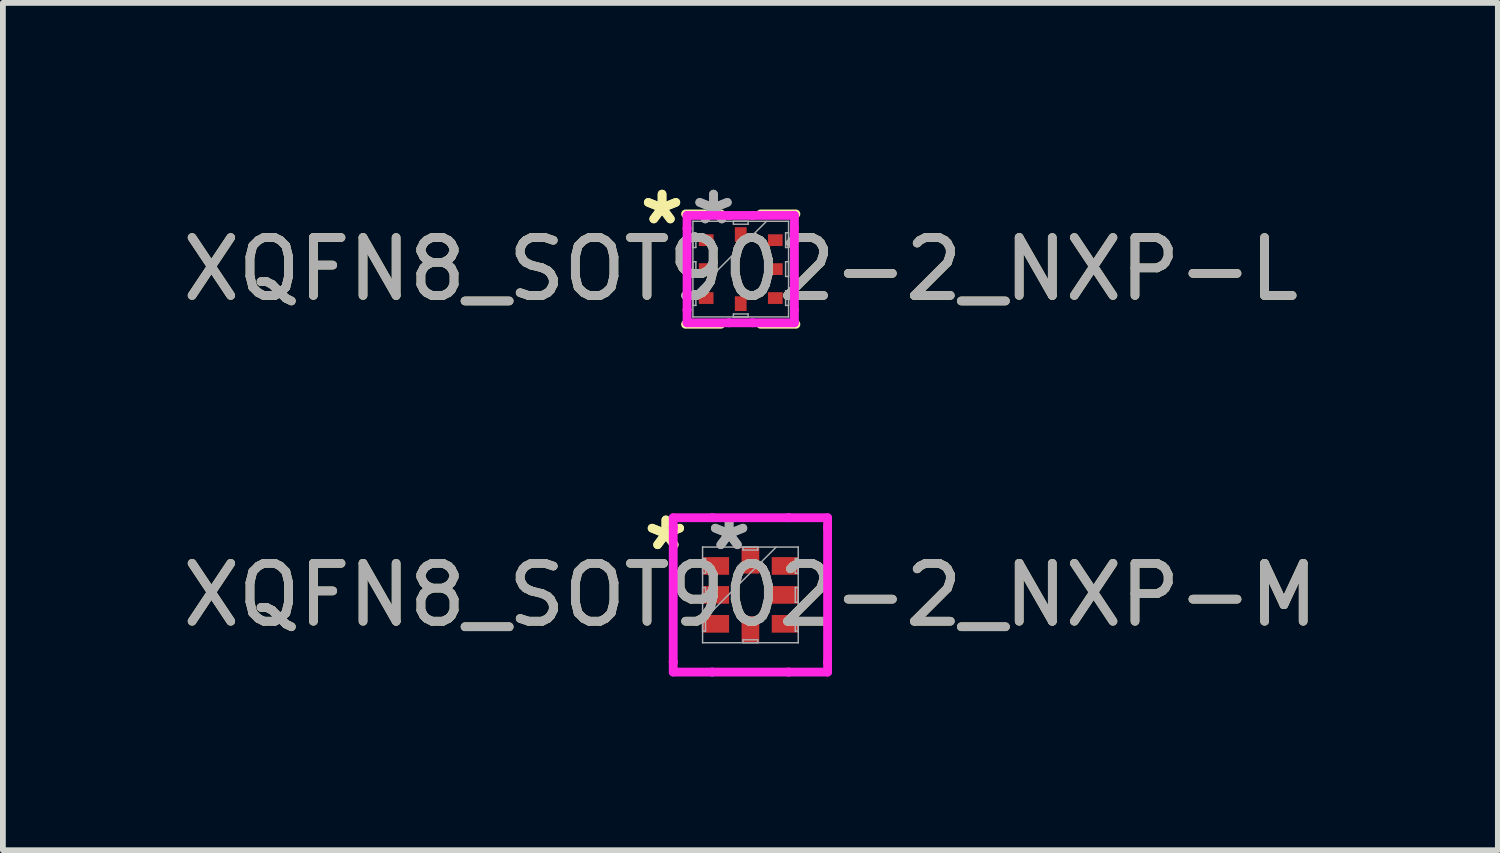
<source format=kicad_pcb>
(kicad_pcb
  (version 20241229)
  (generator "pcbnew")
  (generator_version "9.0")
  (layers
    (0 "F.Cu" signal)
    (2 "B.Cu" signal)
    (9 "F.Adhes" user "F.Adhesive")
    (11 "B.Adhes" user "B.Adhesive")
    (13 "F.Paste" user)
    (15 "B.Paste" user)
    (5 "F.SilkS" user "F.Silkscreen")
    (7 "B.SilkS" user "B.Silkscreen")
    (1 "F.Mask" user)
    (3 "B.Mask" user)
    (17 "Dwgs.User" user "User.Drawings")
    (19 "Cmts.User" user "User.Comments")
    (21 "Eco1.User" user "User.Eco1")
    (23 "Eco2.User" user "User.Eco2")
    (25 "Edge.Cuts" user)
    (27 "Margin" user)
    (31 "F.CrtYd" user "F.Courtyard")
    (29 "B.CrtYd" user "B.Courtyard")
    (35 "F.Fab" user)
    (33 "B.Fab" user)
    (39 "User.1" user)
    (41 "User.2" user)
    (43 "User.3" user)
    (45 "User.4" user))
  (footprint "XQFN8_SOT902-2_NXP-L"
    (layer "F.Cu")
    (at 9.744 1.598)
    (property "Reference" "XQFN8_SOT902-2_NXP-L" (at 0 0 0) (unlocked yes) (layer "F.SilkS") (effects (font (size 1 1) (thickness 0.15))))
    (attr smd)
    (fp_line (start -0.953 0.953) (end -0.343 0.953) (stroke (width 0.152) (type solid)) (layer "F.SilkS"))
    (fp_line (start -0.343 -0.953) (end -0.953 -0.953) (stroke (width 0.152) (type solid)) (layer "F.SilkS"))
    (fp_line (start 0.343 0.953) (end 0.953 0.953) (stroke (width 0.152) (type solid)) (layer "F.SilkS"))
    (fp_line (start 0.953 -0.953) (end 0.343 -0.953) (stroke (width 0.152) (type solid)) (layer "F.SilkS"))
    (fp_line (start -0.927 -0.927) (end -0.203 -0.927) (stroke (width 0.152) (type solid)) (layer "F.CrtYd"))
    (fp_line (start -0.927 -0.703) (end -0.927 -0.927) (stroke (width 0.152) (type solid)) (layer "F.CrtYd"))
    (fp_line (start -0.927 -0.703) (end -0.927 -0.703) (stroke (width 0.152) (type solid)) (layer "F.CrtYd"))
    (fp_line (start -0.927 0.703) (end -0.927 -0.703) (stroke (width 0.152) (type solid)) (layer "F.CrtYd"))
    (fp_line (start -0.927 0.703) (end -0.927 0.703) (stroke (width 0.152) (type solid)) (layer "F.CrtYd"))
    (fp_line (start -0.927 0.927) (end -0.927 0.703) (stroke (width 0.152) (type solid)) (layer "F.CrtYd"))
    (fp_line (start -0.203 -0.927) (end -0.203 -0.927) (stroke (width 0.152) (type solid)) (layer "F.CrtYd"))
    (fp_line (start -0.203 -0.927) (end 0.203 -0.927) (stroke (width 0.152) (type solid)) (layer "F.CrtYd"))
    (fp_line (start -0.203 0.927) (end -0.927 0.927) (stroke (width 0.152) (type solid)) (layer "F.CrtYd"))
    (fp_line (start -0.203 0.927) (end -0.203 0.927) (stroke (width 0.152) (type solid)) (layer "F.CrtYd"))
    (fp_line (start 0.203 -0.927) (end 0.203 -0.927) (stroke (width 0.152) (type solid)) (layer "F.CrtYd"))
    (fp_line (start 0.203 -0.927) (end 0.927 -0.927) (stroke (width 0.152) (type solid)) (layer "F.CrtYd"))
    (fp_line (start 0.203 0.927) (end -0.203 0.927) (stroke (width 0.152) (type solid)) (layer "F.CrtYd"))
    (fp_line (start 0.203 0.927) (end 0.203 0.927) (stroke (width 0.152) (type solid)) (layer "F.CrtYd"))
    (fp_line (start 0.927 -0.927) (end 0.927 -0.703) (stroke (width 0.152) (type solid)) (layer "F.CrtYd"))
    (fp_line (start 0.927 -0.703) (end 0.927 -0.703) (stroke (width 0.152) (type solid)) (layer "F.CrtYd"))
    (fp_line (start 0.927 -0.703) (end 0.927 0.703) (stroke (width 0.152) (type solid)) (layer "F.CrtYd"))
    (fp_line (start 0.927 0.703) (end 0.927 0.703) (stroke (width 0.152) (type solid)) (layer "F.CrtYd"))
    (fp_line (start 0.927 0.703) (end 0.927 0.927) (stroke (width 0.152) (type solid)) (layer "F.CrtYd"))
    (fp_line (start 0.927 0.927) (end 0.203 0.927) (stroke (width 0.152) (type solid)) (layer "F.CrtYd"))
    (fp_line (start -0.826 -0.826) (end -0.826 -0.826) (stroke (width 0.025) (type solid)) (layer "F.Fab"))
    (fp_line (start -0.826 -0.826) (end -0.826 0.826) (stroke (width 0.025) (type solid)) (layer "F.Fab"))
    (fp_line (start -0.826 -0.627) (end -0.775 -0.627) (stroke (width 0.025) (type solid)) (layer "F.Fab"))
    (fp_line (start -0.826 -0.373) (end -0.826 -0.627) (stroke (width 0.025) (type solid)) (layer "F.Fab"))
    (fp_line (start -0.826 -0.127) (end -0.775 -0.127) (stroke (width 0.025) (type solid)) (layer "F.Fab"))
    (fp_line (start -0.826 0.127) (end -0.826 -0.127) (stroke (width 0.025) (type solid)) (layer "F.Fab"))
    (fp_line (start -0.826 0.373) (end -0.775 0.373) (stroke (width 0.025) (type solid)) (layer "F.Fab"))
    (fp_line (start -0.826 0.445) (end 0.445 -0.826) (stroke (width 0.025) (type solid)) (layer "F.Fab"))
    (fp_line (start -0.826 0.627) (end -0.826 0.373) (stroke (width 0.025) (type solid)) (layer "F.Fab"))
    (fp_line (start -0.826 0.826) (end -0.826 0.826) (stroke (width 0.025) (type solid)) (layer "F.Fab"))
    (fp_line (start -0.826 0.826) (end 0.826 0.826) (stroke (width 0.025) (type solid)) (layer "F.Fab"))
    (fp_line (start -0.775 -0.627) (end -0.775 -0.373) (stroke (width 0.025) (type solid)) (layer "F.Fab"))
    (fp_line (start -0.775 -0.373) (end -0.826 -0.373) (stroke (width 0.025) (type solid)) (layer "F.Fab"))
    (fp_line (start -0.775 -0.127) (end -0.775 0.127) (stroke (width 0.025) (type solid)) (layer "F.Fab"))
    (fp_line (start -0.775 0.127) (end -0.826 0.127) (stroke (width 0.025) (type solid)) (layer "F.Fab"))
    (fp_line (start -0.775 0.373) (end -0.775 0.627) (stroke (width 0.025) (type solid)) (layer "F.Fab"))
    (fp_line (start -0.775 0.627) (end -0.826 0.627) (stroke (width 0.025) (type solid)) (layer "F.Fab"))
    (fp_line (start -0.127 -0.826) (end 0.127 -0.826) (stroke (width 0.025) (type solid)) (layer "F.Fab"))
    (fp_line (start -0.127 -0.775) (end -0.127 -0.826) (stroke (width 0.025) (type solid)) (layer "F.Fab"))
    (fp_line (start -0.127 0.775) (end 0.127 0.775) (stroke (width 0.025) (type solid)) (layer "F.Fab"))
    (fp_line (start -0.127 0.826) (end -0.127 0.775) (stroke (width 0.025) (type solid)) (layer "F.Fab"))
    (fp_line (start 0.127 -0.826) (end 0.127 -0.775) (stroke (width 0.025) (type solid)) (layer "F.Fab"))
    (fp_line (start 0.127 -0.775) (end -0.127 -0.775) (stroke (width 0.025) (type solid)) (layer "F.Fab"))
    (fp_line (start 0.127 0.775) (end 0.127 0.826) (stroke (width 0.025) (type solid)) (layer "F.Fab"))
    (fp_line (start 0.127 0.826) (end -0.127 0.826) (stroke (width 0.025) (type solid)) (layer "F.Fab"))
    (fp_line (start 0.775 -0.627) (end 0.826 -0.627) (stroke (width 0.025) (type solid)) (layer "F.Fab"))
    (fp_line (start 0.775 -0.373) (end 0.775 -0.627) (stroke (width 0.025) (type solid)) (layer "F.Fab"))
    (fp_line (start 0.775 -0.127) (end 0.826 -0.127) (stroke (width 0.025) (type solid)) (layer "F.Fab"))
    (fp_line (start 0.775 0.127) (end 0.775 -0.127) (stroke (width 0.025) (type solid)) (layer "F.Fab"))
    (fp_line (start 0.775 0.373) (end 0.826 0.373) (stroke (width 0.025) (type solid)) (layer "F.Fab"))
    (fp_line (start 0.775 0.627) (end 0.775 0.373) (stroke (width 0.025) (type solid)) (layer "F.Fab"))
    (fp_line (start 0.826 -0.826) (end -0.826 -0.826) (stroke (width 0.025) (type solid)) (layer "F.Fab"))
    (fp_line (start 0.826 -0.826) (end 0.826 -0.826) (stroke (width 0.025) (type solid)) (layer "F.Fab"))
    (fp_line (start 0.826 -0.627) (end 0.826 -0.373) (stroke (width 0.025) (type solid)) (layer "F.Fab"))
    (fp_line (start 0.826 -0.373) (end 0.775 -0.373) (stroke (width 0.025) (type solid)) (layer "F.Fab"))
    (fp_line (start 0.826 -0.127) (end 0.826 0.127) (stroke (width 0.025) (type solid)) (layer "F.Fab"))
    (fp_line (start 0.826 0.127) (end 0.775 0.127) (stroke (width 0.025) (type solid)) (layer "F.Fab"))
    (fp_line (start 0.826 0.373) (end 0.826 0.627) (stroke (width 0.025) (type solid)) (layer "F.Fab"))
    (fp_line (start 0.826 0.627) (end 0.775 0.627) (stroke (width 0.025) (type solid)) (layer "F.Fab"))
    (fp_line (start 0.826 0.826) (end 0.826 -0.826) (stroke (width 0.025) (type solid)) (layer "F.Fab"))
    (fp_line (start 0.826 0.826) (end 0.826 0.826) (stroke (width 0.025) (type solid)) (layer "F.Fab"))
    (fp_text user "*" (at -1.359 -0.75 0) (layer "F.SilkS") (effects (font (size 1 1) (thickness 0.15))))
    (fp_text user "*" (at -1.359 -0.75 0) (unlocked yes) (layer "F.SilkS") (effects (font (size 1 1) (thickness 0.15))))
    (fp_text user "*" (at -0.47 -0.75 0) (layer "F.Fab") (effects (font (size 1 1) (thickness 0.15))))
    (fp_text user "${REFERENCE}" (at 0 0 0) (unlocked yes) (layer "F.Fab") (effects (font (size 1 1) (thickness 0.15))))
    (fp_text user "*" (at -0.47 -0.75 0) (unlocked yes) (layer "F.Fab") (effects (font (size 1 1) (thickness 0.15))))
    (pad "1" smd rect (at -0.597 -0.5 90) (size 0.203 0.254) (layers "F.Cu" "F.Mask" "F.Paste"))
    (pad "2" smd rect (at -0.597 0 90) (size 0.203 0.254) (layers "F.Cu" "F.Mask" "F.Paste"))
    (pad "3" smd rect (at -0.597 0.5 90) (size 0.203 0.254) (layers "F.Cu" "F.Mask" "F.Paste"))
    (pad "4" smd rect (at 0 0.597) (size 0.203 0.254) (layers "F.Cu" "F.Mask" "F.Paste"))
    (pad "5" smd rect (at 0.597 0.5 90) (size 0.203 0.254) (layers "F.Cu" "F.Mask" "F.Paste"))
    (pad "6" smd rect (at 0.597 0 90) (size 0.203 0.254) (layers "F.Cu" "F.Mask" "F.Paste"))
    (pad "7" smd rect (at 0.597 -0.5 90) (size 0.203 0.254) (layers "F.Cu" "F.Mask" "F.Paste"))
    (pad "8" smd rect (at 0 -0.597) (size 0.203 0.254) (layers "F.Cu" "F.Mask" "F.Paste")))
  (footprint "XQFN8_SOT902-2_NXP-M"
    (layer "F.Cu")
    (at 9.911 7.225)
    (property "Reference" "XQFN8_SOT902-2_NXP-M" (at 0 0 0) (unlocked yes) (layer "F.SilkS") (effects (font (size 1 1) (thickness 0.15))))
    (attr smd)
    (fp_line (start -1.333 -1.333) (end -0.66 -1.333) (stroke (width 0.152) (type solid)) (layer "F.CrtYd"))
    (fp_line (start -1.333 -1.16) (end -1.333 -1.333) (stroke (width 0.152) (type solid)) (layer "F.CrtYd"))
    (fp_line (start -1.333 -1.16) (end -1.333 -1.16) (stroke (width 0.152) (type solid)) (layer "F.CrtYd"))
    (fp_line (start -1.333 1.16) (end -1.333 -1.16) (stroke (width 0.152) (type solid)) (layer "F.CrtYd"))
    (fp_line (start -1.333 1.16) (end -1.333 1.16) (stroke (width 0.152) (type solid)) (layer "F.CrtYd"))
    (fp_line (start -1.333 1.333) (end -1.333 1.16) (stroke (width 0.152) (type solid)) (layer "F.CrtYd"))
    (fp_line (start -0.66 -1.333) (end -0.66 -1.333) (stroke (width 0.152) (type solid)) (layer "F.CrtYd"))
    (fp_line (start -0.66 -1.333) (end 0.66 -1.333) (stroke (width 0.152) (type solid)) (layer "F.CrtYd"))
    (fp_line (start -0.66 1.333) (end -1.333 1.333) (stroke (width 0.152) (type solid)) (layer "F.CrtYd"))
    (fp_line (start -0.66 1.333) (end -0.66 1.333) (stroke (width 0.152) (type solid)) (layer "F.CrtYd"))
    (fp_line (start 0.66 -1.333) (end 0.66 -1.333) (stroke (width 0.152) (type solid)) (layer "F.CrtYd"))
    (fp_line (start 0.66 -1.333) (end 1.333 -1.333) (stroke (width 0.152) (type solid)) (layer "F.CrtYd"))
    (fp_line (start 0.66 1.333) (end -0.66 1.333) (stroke (width 0.152) (type solid)) (layer "F.CrtYd"))
    (fp_line (start 0.66 1.333) (end 0.66 1.333) (stroke (width 0.152) (type solid)) (layer "F.CrtYd"))
    (fp_line (start 1.333 -1.333) (end 1.333 -1.16) (stroke (width 0.152) (type solid)) (layer "F.CrtYd"))
    (fp_line (start 1.333 -1.16) (end 1.333 -1.16) (stroke (width 0.152) (type solid)) (layer "F.CrtYd"))
    (fp_line (start 1.333 -1.16) (end 1.333 1.16) (stroke (width 0.152) (type solid)) (layer "F.CrtYd"))
    (fp_line (start 1.333 1.16) (end 1.333 1.16) (stroke (width 0.152) (type solid)) (layer "F.CrtYd"))
    (fp_line (start 1.333 1.16) (end 1.333 1.333) (stroke (width 0.152) (type solid)) (layer "F.CrtYd"))
    (fp_line (start 1.333 1.333) (end 0.66 1.333) (stroke (width 0.152) (type solid)) (layer "F.CrtYd"))
    (fp_line (start -0.826 -0.826) (end -0.826 -0.826) (stroke (width 0.025) (type solid)) (layer "F.Fab"))
    (fp_line (start -0.826 -0.826) (end -0.826 0.826) (stroke (width 0.025) (type solid)) (layer "F.Fab"))
    (fp_line (start -0.826 -0.627) (end -0.775 -0.627) (stroke (width 0.025) (type solid)) (layer "F.Fab"))
    (fp_line (start -0.826 -0.373) (end -0.826 -0.627) (stroke (width 0.025) (type solid)) (layer "F.Fab"))
    (fp_line (start -0.826 -0.127) (end -0.775 -0.127) (stroke (width 0.025) (type solid)) (layer "F.Fab"))
    (fp_line (start -0.826 0.127) (end -0.826 -0.127) (stroke (width 0.025) (type solid)) (layer "F.Fab"))
    (fp_line (start -0.826 0.373) (end -0.775 0.373) (stroke (width 0.025) (type solid)) (layer "F.Fab"))
    (fp_line (start -0.826 0.445) (end 0.445 -0.826) (stroke (width 0.025) (type solid)) (layer "F.Fab"))
    (fp_line (start -0.826 0.627) (end -0.826 0.373) (stroke (width 0.025) (type solid)) (layer "F.Fab"))
    (fp_line (start -0.826 0.826) (end -0.826 0.826) (stroke (width 0.025) (type solid)) (layer "F.Fab"))
    (fp_line (start -0.826 0.826) (end 0.826 0.826) (stroke (width 0.025) (type solid)) (layer "F.Fab"))
    (fp_line (start -0.775 -0.627) (end -0.775 -0.373) (stroke (width 0.025) (type solid)) (layer "F.Fab"))
    (fp_line (start -0.775 -0.373) (end -0.826 -0.373) (stroke (width 0.025) (type solid)) (layer "F.Fab"))
    (fp_line (start -0.775 -0.127) (end -0.775 0.127) (stroke (width 0.025) (type solid)) (layer "F.Fab"))
    (fp_line (start -0.775 0.127) (end -0.826 0.127) (stroke (width 0.025) (type solid)) (layer "F.Fab"))
    (fp_line (start -0.775 0.373) (end -0.775 0.627) (stroke (width 0.025) (type solid)) (layer "F.Fab"))
    (fp_line (start -0.775 0.627) (end -0.826 0.627) (stroke (width 0.025) (type solid)) (layer "F.Fab"))
    (fp_line (start -0.127 -0.826) (end 0.127 -0.826) (stroke (width 0.025) (type solid)) (layer "F.Fab"))
    (fp_line (start -0.127 -0.775) (end -0.127 -0.826) (stroke (width 0.025) (type solid)) (layer "F.Fab"))
    (fp_line (start -0.127 0.775) (end 0.127 0.775) (stroke (width 0.025) (type solid)) (layer "F.Fab"))
    (fp_line (start -0.127 0.826) (end -0.127 0.775) (stroke (width 0.025) (type solid)) (layer "F.Fab"))
    (fp_line (start 0.127 -0.826) (end 0.127 -0.775) (stroke (width 0.025) (type solid)) (layer "F.Fab"))
    (fp_line (start 0.127 -0.775) (end -0.127 -0.775) (stroke (width 0.025) (type solid)) (layer "F.Fab"))
    (fp_line (start 0.127 0.775) (end 0.127 0.826) (stroke (width 0.025) (type solid)) (layer "F.Fab"))
    (fp_line (start 0.127 0.826) (end -0.127 0.826) (stroke (width 0.025) (type solid)) (layer "F.Fab"))
    (fp_line (start 0.775 -0.627) (end 0.826 -0.627) (stroke (width 0.025) (type solid)) (layer "F.Fab"))
    (fp_line (start 0.775 -0.373) (end 0.775 -0.627) (stroke (width 0.025) (type solid)) (layer "F.Fab"))
    (fp_line (start 0.775 -0.127) (end 0.826 -0.127) (stroke (width 0.025) (type solid)) (layer "F.Fab"))
    (fp_line (start 0.775 0.127) (end 0.775 -0.127) (stroke (width 0.025) (type solid)) (layer "F.Fab"))
    (fp_line (start 0.775 0.373) (end 0.826 0.373) (stroke (width 0.025) (type solid)) (layer "F.Fab"))
    (fp_line (start 0.775 0.627) (end 0.775 0.373) (stroke (width 0.025) (type solid)) (layer "F.Fab"))
    (fp_line (start 0.826 -0.826) (end -0.826 -0.826) (stroke (width 0.025) (type solid)) (layer "F.Fab"))
    (fp_line (start 0.826 -0.826) (end 0.826 -0.826) (stroke (width 0.025) (type solid)) (layer "F.Fab"))
    (fp_line (start 0.826 -0.627) (end 0.826 -0.373) (stroke (width 0.025) (type solid)) (layer "F.Fab"))
    (fp_line (start 0.826 -0.373) (end 0.775 -0.373) (stroke (width 0.025) (type solid)) (layer "F.Fab"))
    (fp_line (start 0.826 -0.127) (end 0.826 0.127) (stroke (width 0.025) (type solid)) (layer "F.Fab"))
    (fp_line (start 0.826 0.127) (end 0.775 0.127) (stroke (width 0.025) (type solid)) (layer "F.Fab"))
    (fp_line (start 0.826 0.373) (end 0.826 0.627) (stroke (width 0.025) (type solid)) (layer "F.Fab"))
    (fp_line (start 0.826 0.627) (end 0.775 0.627) (stroke (width 0.025) (type solid)) (layer "F.Fab"))
    (fp_line (start 0.826 0.826) (end 0.826 -0.826) (stroke (width 0.025) (type solid)) (layer "F.Fab"))
    (fp_line (start 0.826 0.826) (end 0.826 0.826) (stroke (width 0.025) (type solid)) (layer "F.Fab"))
    (fp_text user "*" (at -1.46 -0.75 0) (unlocked yes) (layer "F.SilkS") (effects (font (size 1 1) (thickness 0.15))))
    (fp_text user "*" (at -1.46 -0.75 0) (layer "F.SilkS") (effects (font (size 1 1) (thickness 0.15))))
    (fp_text user "*" (at -0.368 -0.75 0) (layer "F.Fab") (effects (font (size 1 1) (thickness 0.15))))
    (fp_text user "*" (at -0.368 -0.75 0) (unlocked yes) (layer "F.Fab") (effects (font (size 1 1) (thickness 0.15))))
    (fp_text user "${REFERENCE}" (at 0 0 0) (unlocked yes) (layer "F.Fab") (effects (font (size 1 1) (thickness 0.15))))
    (pad "1" smd rect (at -0.597 -0.5 90) (size 0.305 0.457) (layers "F.Cu" "F.Mask" "F.Paste"))
    (pad "2" smd rect (at -0.597 0 90) (size 0.305 0.457) (layers "F.Cu" "F.Mask" "F.Paste"))
    (pad "3" smd rect (at -0.597 0.5 90) (size 0.305 0.457) (layers "F.Cu" "F.Mask" "F.Paste"))
    (pad "4" smd rect (at 0 0.597) (size 0.305 0.457) (layers "F.Cu" "F.Mask" "F.Paste"))
    (pad "5" smd rect (at 0.597 0.5 90) (size 0.305 0.457) (layers "F.Cu" "F.Mask" "F.Paste"))
    (pad "6" smd rect (at 0.597 0 90) (size 0.305 0.457) (layers "F.Cu" "F.Mask" "F.Paste"))
    (pad "7" smd rect (at 0.597 -0.5 90) (size 0.305 0.457) (layers "F.Cu" "F.Mask" "F.Paste"))
    (pad "8" smd rect (at 0 -0.597) (size 0.305 0.457) (layers "F.Cu" "F.Mask" "F.Paste")))
  (gr_rect
    (start -3 -3)
    (end 22.821 11.635)
    (stroke (width 0.1) (type default))
    (fill no)
    (layer "Edge.Cuts")))
</source>
